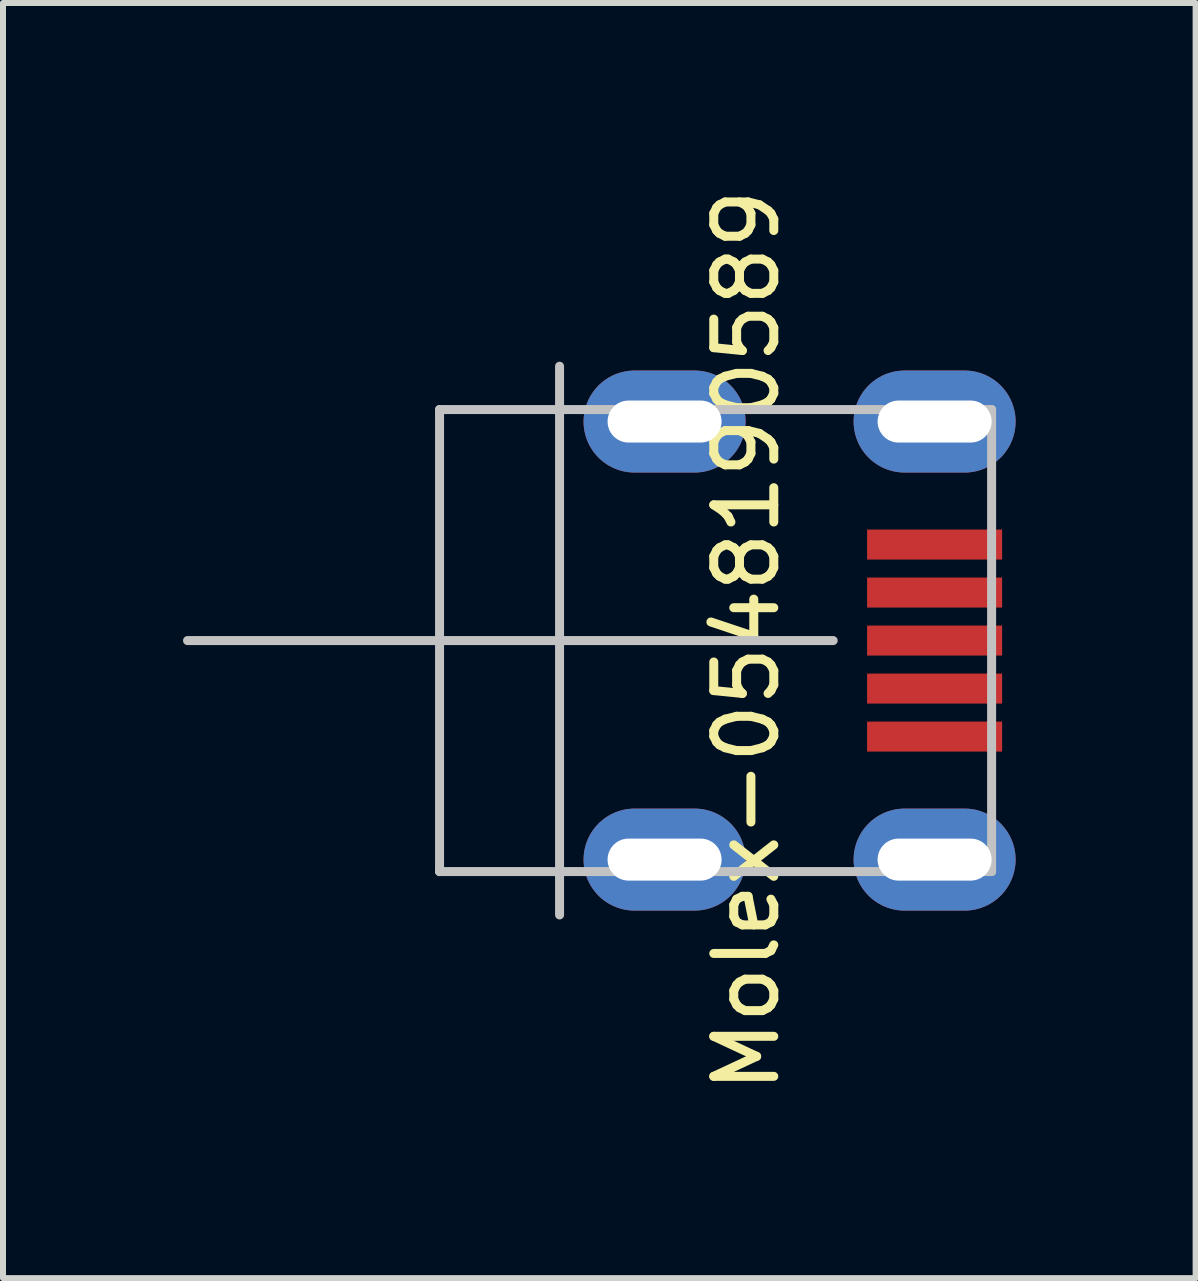
<source format=kicad_pcb>
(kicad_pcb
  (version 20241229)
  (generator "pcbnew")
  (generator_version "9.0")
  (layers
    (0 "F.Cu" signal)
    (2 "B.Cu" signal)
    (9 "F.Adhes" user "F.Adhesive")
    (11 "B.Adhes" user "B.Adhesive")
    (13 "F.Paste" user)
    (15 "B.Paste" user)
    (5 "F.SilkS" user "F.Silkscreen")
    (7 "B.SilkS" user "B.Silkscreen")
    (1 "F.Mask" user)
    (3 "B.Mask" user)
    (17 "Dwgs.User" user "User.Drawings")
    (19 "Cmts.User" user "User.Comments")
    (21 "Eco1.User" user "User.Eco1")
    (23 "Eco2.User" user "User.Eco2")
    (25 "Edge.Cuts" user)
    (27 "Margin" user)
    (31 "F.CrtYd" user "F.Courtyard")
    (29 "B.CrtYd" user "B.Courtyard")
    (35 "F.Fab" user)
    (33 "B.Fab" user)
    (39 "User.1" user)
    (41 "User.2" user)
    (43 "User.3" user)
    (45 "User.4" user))
  (footprint "Molex-0548190589"
    (layer "F.Cu")
    (at 8.025 7.625)
    (property "Reference" "Molex-0548190589" (at 1.365 0 90) (layer "F.SilkS") (effects (font (size 1 1) (thickness 0.15))))
    (attr through_hole)
    (fp_line (start -3.75 -3.85) (end -3.75 3.85) (stroke (width 0.15) (type solid)) (layer "Dwgs.User"))
    (fp_line (start -3.75 -3.85) (end 0 -3.85) (stroke (width 0.15) (type solid)) (layer "Dwgs.User"))
    (fp_line (start -3.75 3.85) (end 0 3.85) (stroke (width 0.15) (type solid)) (layer "Dwgs.User"))
    (fp_line (start -1.75 -4.572) (end -1.75 4.572) (stroke (width 0.15) (type solid)) (layer "Dwgs.User"))
    (fp_line (start 0 -3.85) (end 5.45 -3.85) (stroke (width 0.15) (type solid)) (layer "Dwgs.User"))
    (fp_line (start 0 3.85) (end 5.45 3.85) (stroke (width 0.15) (type solid)) (layer "Dwgs.User"))
    (fp_line (start 2.81 0) (end -7.95 0) (stroke (width 0.15) (type solid)) (layer "Dwgs.User"))
    (fp_line (start 5.45 -3.85) (end 5.45 3.85) (stroke (width 0.15) (type solid)) (layer "Dwgs.User"))
    (pad "1" smd rect (at 4.5 -1.6) (size 2.25 0.5) (layers "F.Cu" "F.Mask" "F.Paste"))
    (pad "2" smd rect (at 4.5 -0.8) (size 2.25 0.5) (layers "F.Cu" "F.Mask" "F.Paste"))
    (pad "3" smd rect (at 4.5 0) (size 2.25 0.5) (layers "F.Cu" "F.Mask" "F.Paste"))
    (pad "4" smd rect (at 4.5 0.8) (size 2.25 0.5) (layers "F.Cu" "F.Mask" "F.Paste"))
    (pad "5" smd rect (at 4.5 1.6) (size 2.25 0.5) (layers "F.Cu" "F.Mask" "F.Paste"))
    (pad "6" thru_hole oval (at 0 -3.65) (size 2.7 1.7) (drill oval 1.9 0.7) (layers "*.Cu" "B.Mask"))
    (pad "6" thru_hole oval (at 0 3.65) (size 2.7 1.7) (drill oval 1.9 0.7) (layers "*.Cu" "*.Mask"))
    (pad "6" thru_hole oval (at 4.5 -3.65) (size 2.7 1.7) (drill oval 1.9 0.7) (layers "*.Cu" "B.Mask"))
    (pad "6" thru_hole oval (at 4.5 3.65) (size 2.7 1.7) (drill oval 1.9 0.7) (layers "*.Cu" "B.Mask")))
  (gr_rect
    (start -3 -3)
    (end 16.875 18.25)
    (stroke (width 0.1) (type default))
    (fill no)
    (layer "Edge.Cuts")))
</source>
